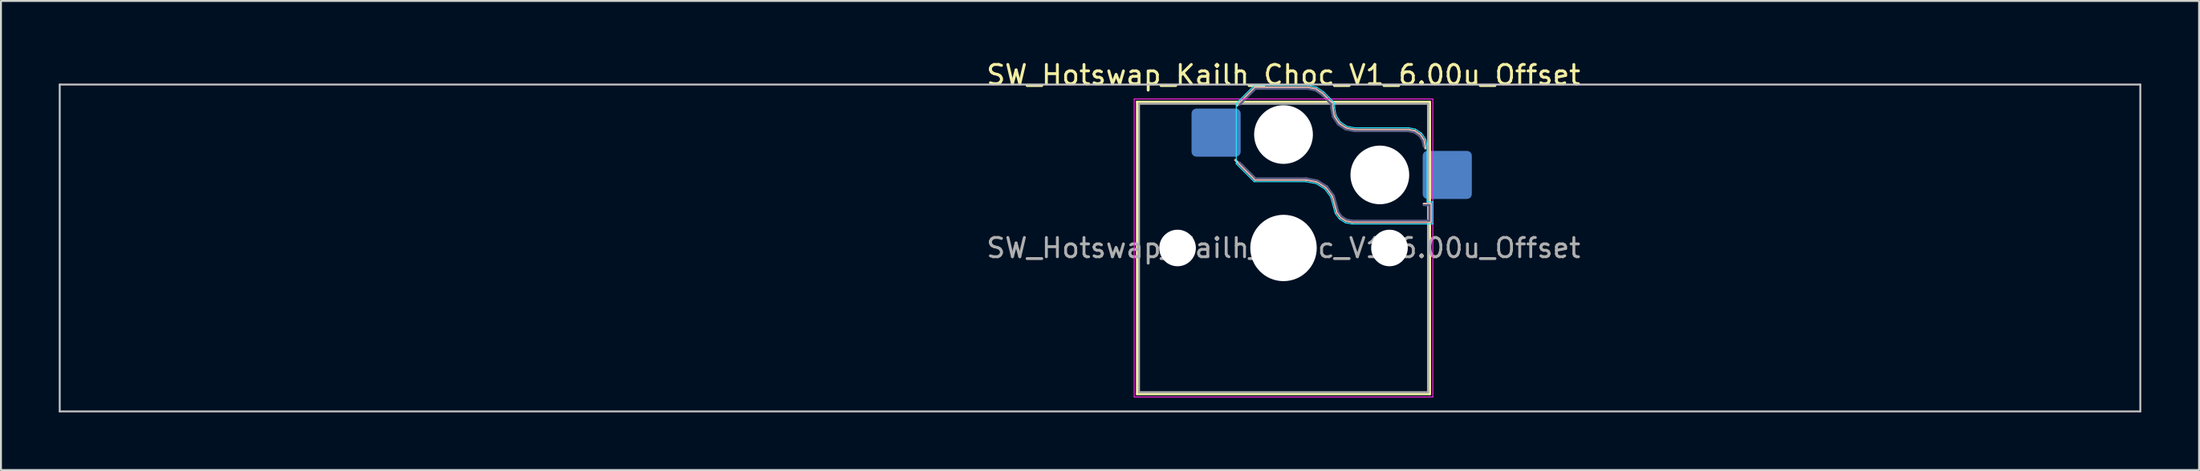
<source format=kicad_pcb>
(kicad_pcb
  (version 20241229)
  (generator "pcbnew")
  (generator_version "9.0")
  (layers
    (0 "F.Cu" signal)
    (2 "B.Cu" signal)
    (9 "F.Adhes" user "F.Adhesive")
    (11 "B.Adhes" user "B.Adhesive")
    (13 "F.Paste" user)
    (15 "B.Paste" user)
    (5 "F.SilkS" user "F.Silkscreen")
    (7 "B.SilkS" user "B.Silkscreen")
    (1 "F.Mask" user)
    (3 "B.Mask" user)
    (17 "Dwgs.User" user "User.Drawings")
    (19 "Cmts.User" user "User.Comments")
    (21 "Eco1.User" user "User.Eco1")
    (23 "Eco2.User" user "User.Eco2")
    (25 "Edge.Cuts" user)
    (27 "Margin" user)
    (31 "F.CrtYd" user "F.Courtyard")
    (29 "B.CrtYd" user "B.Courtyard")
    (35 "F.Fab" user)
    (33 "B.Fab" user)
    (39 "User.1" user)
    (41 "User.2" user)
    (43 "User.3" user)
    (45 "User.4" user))
  (footprint "SW_Hotswap_Kailh_Choc_V1_6.00u_Offset"
    (layer "F.Cu")
    (at 63.575 9.848)
    (property "Reference" "SW_Hotswap_Kailh_Choc_V1_6.00u_Offset" (at 0 -9 0) (layer "F.SilkS") (effects (font (size 1 1) (thickness 0.15))))
    (attr smd)
    (fp_line (start -7.6 -7.6) (end -7.6 7.6) (stroke (width 0.12) (type solid)) (layer "F.SilkS"))
    (fp_line (start -7.6 7.6) (end 7.6 7.6) (stroke (width 0.12) (type solid)) (layer "F.SilkS"))
    (fp_line (start 7.6 -7.6) (end -7.6 -7.6) (stroke (width 0.12) (type solid)) (layer "F.SilkS"))
    (fp_line (start 7.6 7.6) (end 7.6 -7.6) (stroke (width 0.12) (type solid)) (layer "F.SilkS"))
    (fp_line (start -2.416 -7.409) (end -1.479 -8.346) (stroke (width 0.12) (type solid)) (layer "B.SilkS"))
    (fp_line (start -1.479 -8.346) (end 1.268 -8.346) (stroke (width 0.12) (type solid)) (layer "B.SilkS"))
    (fp_line (start -1.479 -3.554) (end -2.5 -4.575) (stroke (width 0.12) (type solid)) (layer "B.SilkS"))
    (fp_line (start 1.168 -3.554) (end -1.479 -3.554) (stroke (width 0.12) (type solid)) (layer "B.SilkS"))
    (fp_line (start 1.268 -8.346) (end 1.671 -8.266) (stroke (width 0.12) (type solid)) (layer "B.SilkS"))
    (fp_line (start 1.671 -8.266) (end 2.013 -8.037) (stroke (width 0.12) (type solid)) (layer "B.SilkS"))
    (fp_line (start 1.73 -3.449) (end 1.168 -3.554) (stroke (width 0.12) (type solid)) (layer "B.SilkS"))
    (fp_line (start 2.013 -8.037) (end 2.546 -7.504) (stroke (width 0.12) (type solid)) (layer "B.SilkS"))
    (fp_line (start 2.209 -3.15) (end 1.73 -3.449) (stroke (width 0.12) (type solid)) (layer "B.SilkS"))
    (fp_line (start 2.546 -7.504) (end 2.546 -7.282) (stroke (width 0.12) (type solid)) (layer "B.SilkS"))
    (fp_line (start 2.546 -7.282) (end 2.633 -6.844) (stroke (width 0.12) (type solid)) (layer "B.SilkS"))
    (fp_line (start 2.547 -2.697) (end 2.209 -3.15) (stroke (width 0.12) (type solid)) (layer "B.SilkS"))
    (fp_line (start 2.633 -6.844) (end 2.877 -6.477) (stroke (width 0.12) (type solid)) (layer "B.SilkS"))
    (fp_line (start 2.701 -2.139) (end 2.547 -2.697) (stroke (width 0.12) (type solid)) (layer "B.SilkS"))
    (fp_line (start 2.783 -1.841) (end 2.701 -2.139) (stroke (width 0.12) (type solid)) (layer "B.SilkS"))
    (fp_line (start 2.877 -6.477) (end 3.244 -6.233) (stroke (width 0.12) (type solid)) (layer "B.SilkS"))
    (fp_line (start 2.976 -1.583) (end 2.783 -1.841) (stroke (width 0.12) (type solid)) (layer "B.SilkS"))
    (fp_line (start 3.244 -6.233) (end 3.682 -6.146) (stroke (width 0.12) (type solid)) (layer "B.SilkS"))
    (fp_line (start 3.25 -1.413) (end 2.976 -1.583) (stroke (width 0.12) (type solid)) (layer "B.SilkS"))
    (fp_line (start 3.56 -1.354) (end 3.25 -1.413) (stroke (width 0.12) (type solid)) (layer "B.SilkS"))
    (fp_line (start 3.682 -6.146) (end 6.482 -6.146) (stroke (width 0.12) (type solid)) (layer "B.SilkS"))
    (fp_line (start 6.482 -6.146) (end 6.809 -6.081) (stroke (width 0.12) (type solid)) (layer "B.SilkS"))
    (fp_line (start 6.809 -6.081) (end 7.092 -5.892) (stroke (width 0.12) (type solid)) (layer "B.SilkS"))
    (fp_line (start 7.092 -5.892) (end 7.281 -5.609) (stroke (width 0.12) (type solid)) (layer "B.SilkS"))
    (fp_line (start 7.281 -5.609) (end 7.366 -5.182) (stroke (width 0.12) (type solid)) (layer "B.SilkS"))
    (fp_line (start 7.283 -2.296) (end 7.646 -2.296) (stroke (width 0.12) (type solid)) (layer "B.SilkS"))
    (fp_line (start 7.646 -2.296) (end 7.646 -1.354) (stroke (width 0.12) (type solid)) (layer "B.SilkS"))
    (fp_line (start 7.646 -1.354) (end 3.56 -1.354) (stroke (width 0.12) (type solid)) (layer "B.SilkS"))
    (fp_line (start -63.525 -8.5) (end -63.525 8.5) (stroke (width 0.1) (type solid)) (layer "Dwgs.User"))
    (fp_line (start -63.525 8.5) (end 44.475 8.5) (stroke (width 0.1) (type solid)) (layer "Dwgs.User"))
    (fp_line (start 44.475 -8.5) (end -63.525 -8.5) (stroke (width 0.1) (type solid)) (layer "Dwgs.User"))
    (fp_line (start 44.475 8.5) (end 44.475 -8.5) (stroke (width 0.1) (type solid)) (layer "Dwgs.User"))
    (fp_line (start -7.25 -7.25) (end -7.25 7.25) (stroke (width 0.1) (type solid)) (layer "Eco1.User"))
    (fp_line (start -7.25 7.25) (end 7.25 7.25) (stroke (width 0.1) (type solid)) (layer "Eco1.User"))
    (fp_line (start 7.25 -7.25) (end -7.25 -7.25) (stroke (width 0.1) (type solid)) (layer "Eco1.User"))
    (fp_line (start 7.25 7.25) (end 7.25 -7.25) (stroke (width 0.1) (type solid)) (layer "Eco1.User"))
    (fp_line (start -2.452 -7.523) (end -1.523 -8.452) (stroke (width 0.05) (type solid)) (layer "B.CrtYd"))
    (fp_line (start -2.452 -4.377) (end -2.452 -7.523) (stroke (width 0.05) (type solid)) (layer "B.CrtYd"))
    (fp_line (start -1.523 -8.452) (end 1.278 -8.452) (stroke (width 0.05) (type solid)) (layer "B.CrtYd"))
    (fp_line (start -1.523 -3.448) (end -2.452 -4.377) (stroke (width 0.05) (type solid)) (layer "B.CrtYd"))
    (fp_line (start 1.159 -3.448) (end -1.523 -3.448) (stroke (width 0.05) (type solid)) (layer "B.CrtYd"))
    (fp_line (start 1.278 -8.452) (end 1.712 -8.366) (stroke (width 0.05) (type solid)) (layer "B.CrtYd"))
    (fp_line (start 1.691 -3.348) (end 1.159 -3.448) (stroke (width 0.05) (type solid)) (layer "B.CrtYd"))
    (fp_line (start 1.712 -8.366) (end 2.081 -8.119) (stroke (width 0.05) (type solid)) (layer "B.CrtYd"))
    (fp_line (start 2.081 -8.119) (end 2.652 -7.548) (stroke (width 0.05) (type solid)) (layer "B.CrtYd"))
    (fp_line (start 2.136 -3.071) (end 1.691 -3.348) (stroke (width 0.05) (type solid)) (layer "B.CrtYd"))
    (fp_line (start 2.45 -2.65) (end 2.136 -3.071) (stroke (width 0.05) (type solid)) (layer "B.CrtYd"))
    (fp_line (start 2.599 -2.111) (end 2.45 -2.65) (stroke (width 0.05) (type solid)) (layer "B.CrtYd"))
    (fp_line (start 2.652 -7.548) (end 2.652 -7.292) (stroke (width 0.05) (type solid)) (layer "B.CrtYd"))
    (fp_line (start 2.652 -7.292) (end 2.733 -6.885) (stroke (width 0.05) (type solid)) (layer "B.CrtYd"))
    (fp_line (start 2.687 -1.794) (end 2.599 -2.111) (stroke (width 0.05) (type solid)) (layer "B.CrtYd"))
    (fp_line (start 2.733 -6.885) (end 2.953 -6.553) (stroke (width 0.05) (type solid)) (layer "B.CrtYd"))
    (fp_line (start 2.903 -1.503) (end 2.687 -1.794) (stroke (width 0.05) (type solid)) (layer "B.CrtYd"))
    (fp_line (start 2.953 -6.553) (end 3.285 -6.333) (stroke (width 0.05) (type solid)) (layer "B.CrtYd"))
    (fp_line (start 3.211 -1.312) (end 2.903 -1.503) (stroke (width 0.05) (type solid)) (layer "B.CrtYd"))
    (fp_line (start 3.285 -6.333) (end 3.692 -6.252) (stroke (width 0.05) (type solid)) (layer "B.CrtYd"))
    (fp_line (start 3.55 -1.248) (end 3.211 -1.312) (stroke (width 0.05) (type solid)) (layer "B.CrtYd"))
    (fp_line (start 3.692 -6.252) (end 6.492 -6.252) (stroke (width 0.05) (type solid)) (layer "B.CrtYd"))
    (fp_line (start 6.492 -6.252) (end 6.85 -6.181) (stroke (width 0.05) (type solid)) (layer "B.CrtYd"))
    (fp_line (start 6.85 -6.181) (end 7.168 -5.968) (stroke (width 0.05) (type solid)) (layer "B.CrtYd"))
    (fp_line (start 7.168 -5.968) (end 7.381 -5.65) (stroke (width 0.05) (type solid)) (layer "B.CrtYd"))
    (fp_line (start 7.381 -5.65) (end 7.452 -5.292) (stroke (width 0.05) (type solid)) (layer "B.CrtYd"))
    (fp_line (start 7.452 -5.292) (end 7.452 -2.402) (stroke (width 0.05) (type solid)) (layer "B.CrtYd"))
    (fp_line (start 7.452 -2.402) (end 7.752 -2.402) (stroke (width 0.05) (type solid)) (layer "B.CrtYd"))
    (fp_line (start 7.752 -2.402) (end 7.752 -1.248) (stroke (width 0.05) (type solid)) (layer "B.CrtYd"))
    (fp_line (start 7.752 -1.248) (end 3.55 -1.248) (stroke (width 0.05) (type solid)) (layer "B.CrtYd"))
    (fp_line (start -7.75 -7.75) (end -7.75 7.75) (stroke (width 0.05) (type solid)) (layer "F.CrtYd"))
    (fp_line (start -7.75 7.75) (end 7.75 7.75) (stroke (width 0.05) (type solid)) (layer "F.CrtYd"))
    (fp_line (start 7.75 -7.75) (end -7.75 -7.75) (stroke (width 0.05) (type solid)) (layer "F.CrtYd"))
    (fp_line (start 7.75 7.75) (end 7.75 -7.75) (stroke (width 0.05) (type solid)) (layer "F.CrtYd"))
    (fp_line (start -2.275 -7.45) (end -1.45 -8.275) (stroke (width 0.1) (type solid)) (layer "B.Fab"))
    (fp_line (start -1.45 -8.275) (end 1.261 -8.275) (stroke (width 0.1) (type solid)) (layer "B.Fab"))
    (fp_line (start -1.45 -3.625) (end -2.275 -4.45) (stroke (width 0.1) (type solid)) (layer "B.Fab"))
    (fp_line (start 1.175 -3.625) (end -1.45 -3.625) (stroke (width 0.1) (type solid)) (layer "B.Fab"))
    (fp_line (start 1.261 -8.275) (end 1.643 -8.199) (stroke (width 0.1) (type solid)) (layer "B.Fab"))
    (fp_line (start 1.643 -8.199) (end 1.968 -7.982) (stroke (width 0.1) (type solid)) (layer "B.Fab"))
    (fp_line (start 1.756 -3.516) (end 1.175 -3.625) (stroke (width 0.1) (type solid)) (layer "B.Fab"))
    (fp_line (start 1.968 -7.982) (end 2.475 -7.475) (stroke (width 0.1) (type solid)) (layer "B.Fab"))
    (fp_line (start 2.258 -3.203) (end 1.756 -3.516) (stroke (width 0.1) (type solid)) (layer "B.Fab"))
    (fp_line (start 2.475 -7.475) (end 2.475 -7.275) (stroke (width 0.1) (type solid)) (layer "B.Fab"))
    (fp_line (start 2.475 -7.275) (end 2.566 -6.816) (stroke (width 0.1) (type solid)) (layer "B.Fab"))
    (fp_line (start 2.566 -6.816) (end 2.826 -6.426) (stroke (width 0.1) (type solid)) (layer "B.Fab"))
    (fp_line (start 2.612 -2.729) (end 2.258 -3.203) (stroke (width 0.1) (type solid)) (layer "B.Fab"))
    (fp_line (start 2.769 -2.158) (end 2.612 -2.729) (stroke (width 0.1) (type solid)) (layer "B.Fab"))
    (fp_line (start 2.826 -6.426) (end 3.216 -6.166) (stroke (width 0.1) (type solid)) (layer "B.Fab"))
    (fp_line (start 2.848 -1.873) (end 2.769 -2.158) (stroke (width 0.1) (type solid)) (layer "B.Fab"))
    (fp_line (start 3.025 -1.636) (end 2.848 -1.873) (stroke (width 0.1) (type solid)) (layer "B.Fab"))
    (fp_line (start 3.216 -6.166) (end 3.675 -6.075) (stroke (width 0.1) (type solid)) (layer "B.Fab"))
    (fp_line (start 3.276 -1.48) (end 3.025 -1.636) (stroke (width 0.1) (type solid)) (layer "B.Fab"))
    (fp_line (start 3.567 -1.425) (end 3.276 -1.48) (stroke (width 0.1) (type solid)) (layer "B.Fab"))
    (fp_line (start 3.675 -6.075) (end 6.475 -6.075) (stroke (width 0.1) (type solid)) (layer "B.Fab"))
    (fp_line (start 6.475 -6.075) (end 6.781 -6.014) (stroke (width 0.1) (type solid)) (layer "B.Fab"))
    (fp_line (start 6.781 -6.014) (end 7.041 -5.841) (stroke (width 0.1) (type solid)) (layer "B.Fab"))
    (fp_line (start 7.041 -5.841) (end 7.214 -5.581) (stroke (width 0.1) (type solid)) (layer "B.Fab"))
    (fp_line (start 7.214 -5.581) (end 7.275 -5.275) (stroke (width 0.1) (type solid)) (layer "B.Fab"))
    (fp_line (start 7.275 -2.225) (end 7.575 -2.225) (stroke (width 0.1) (type solid)) (layer "B.Fab"))
    (fp_line (start 7.575 -2.225) (end 7.575 -1.425) (stroke (width 0.1) (type solid)) (layer "B.Fab"))
    (fp_line (start 7.575 -1.425) (end 3.567 -1.425) (stroke (width 0.1) (type solid)) (layer "B.Fab"))
    (fp_line (start -7.5 -7.5) (end -7.5 7.5) (stroke (width 0.1) (type solid)) (layer "F.Fab"))
    (fp_line (start -7.5 7.5) (end 7.5 7.5) (stroke (width 0.1) (type solid)) (layer "F.Fab"))
    (fp_line (start 7.5 -7.5) (end -7.5 -7.5) (stroke (width 0.1) (type solid)) (layer "F.Fab"))
    (fp_line (start 7.5 7.5) (end 7.5 -7.5) (stroke (width 0.1) (type solid)) (layer "F.Fab"))
    (fp_text user "${REFERENCE}" (at 0 0 0) (layer "F.Fab") (effects (font (size 1 1) (thickness 0.15))))
    (pad "" np_thru_hole circle (at -5.5 0) (size 1.9 1.9) (drill 1.9) (layers "*.Cu" "*.Mask"))
    (pad "" np_thru_hole circle (at 0 -5.9) (size 3.05 3.05) (drill 3.05) (layers "*.Cu" "*.Mask"))
    (pad "" np_thru_hole circle (at 0 0) (size 3.45 3.45) (drill 3.45) (layers "*.Cu" "*.Mask"))
    (pad "" np_thru_hole circle (at 5 -3.8) (size 3.05 3.05) (drill 3.05) (layers "*.Cu" "*.Mask"))
    (pad "" np_thru_hole circle (at 5.5 0) (size 1.9 1.9) (drill 1.9) (layers "*.Cu" "*.Mask"))
    (pad "1" smd roundrect (at -3.5 -6) (size 2.55 2.5) (layers "B.Cu" "B.Mask" "B.Paste") (roundrect_rratio 0.1))
    (pad "2" smd roundrect (at 8.5 -3.8) (size 2.55 2.5) (layers "B.Cu" "B.Mask" "B.Paste") (roundrect_rratio 0.1)))
  (gr_rect
    (start -3 -3)
    (end 111.1 21.398)
    (stroke (width 0.1) (type default))
    (fill no)
    (layer "Edge.Cuts")))
</source>
